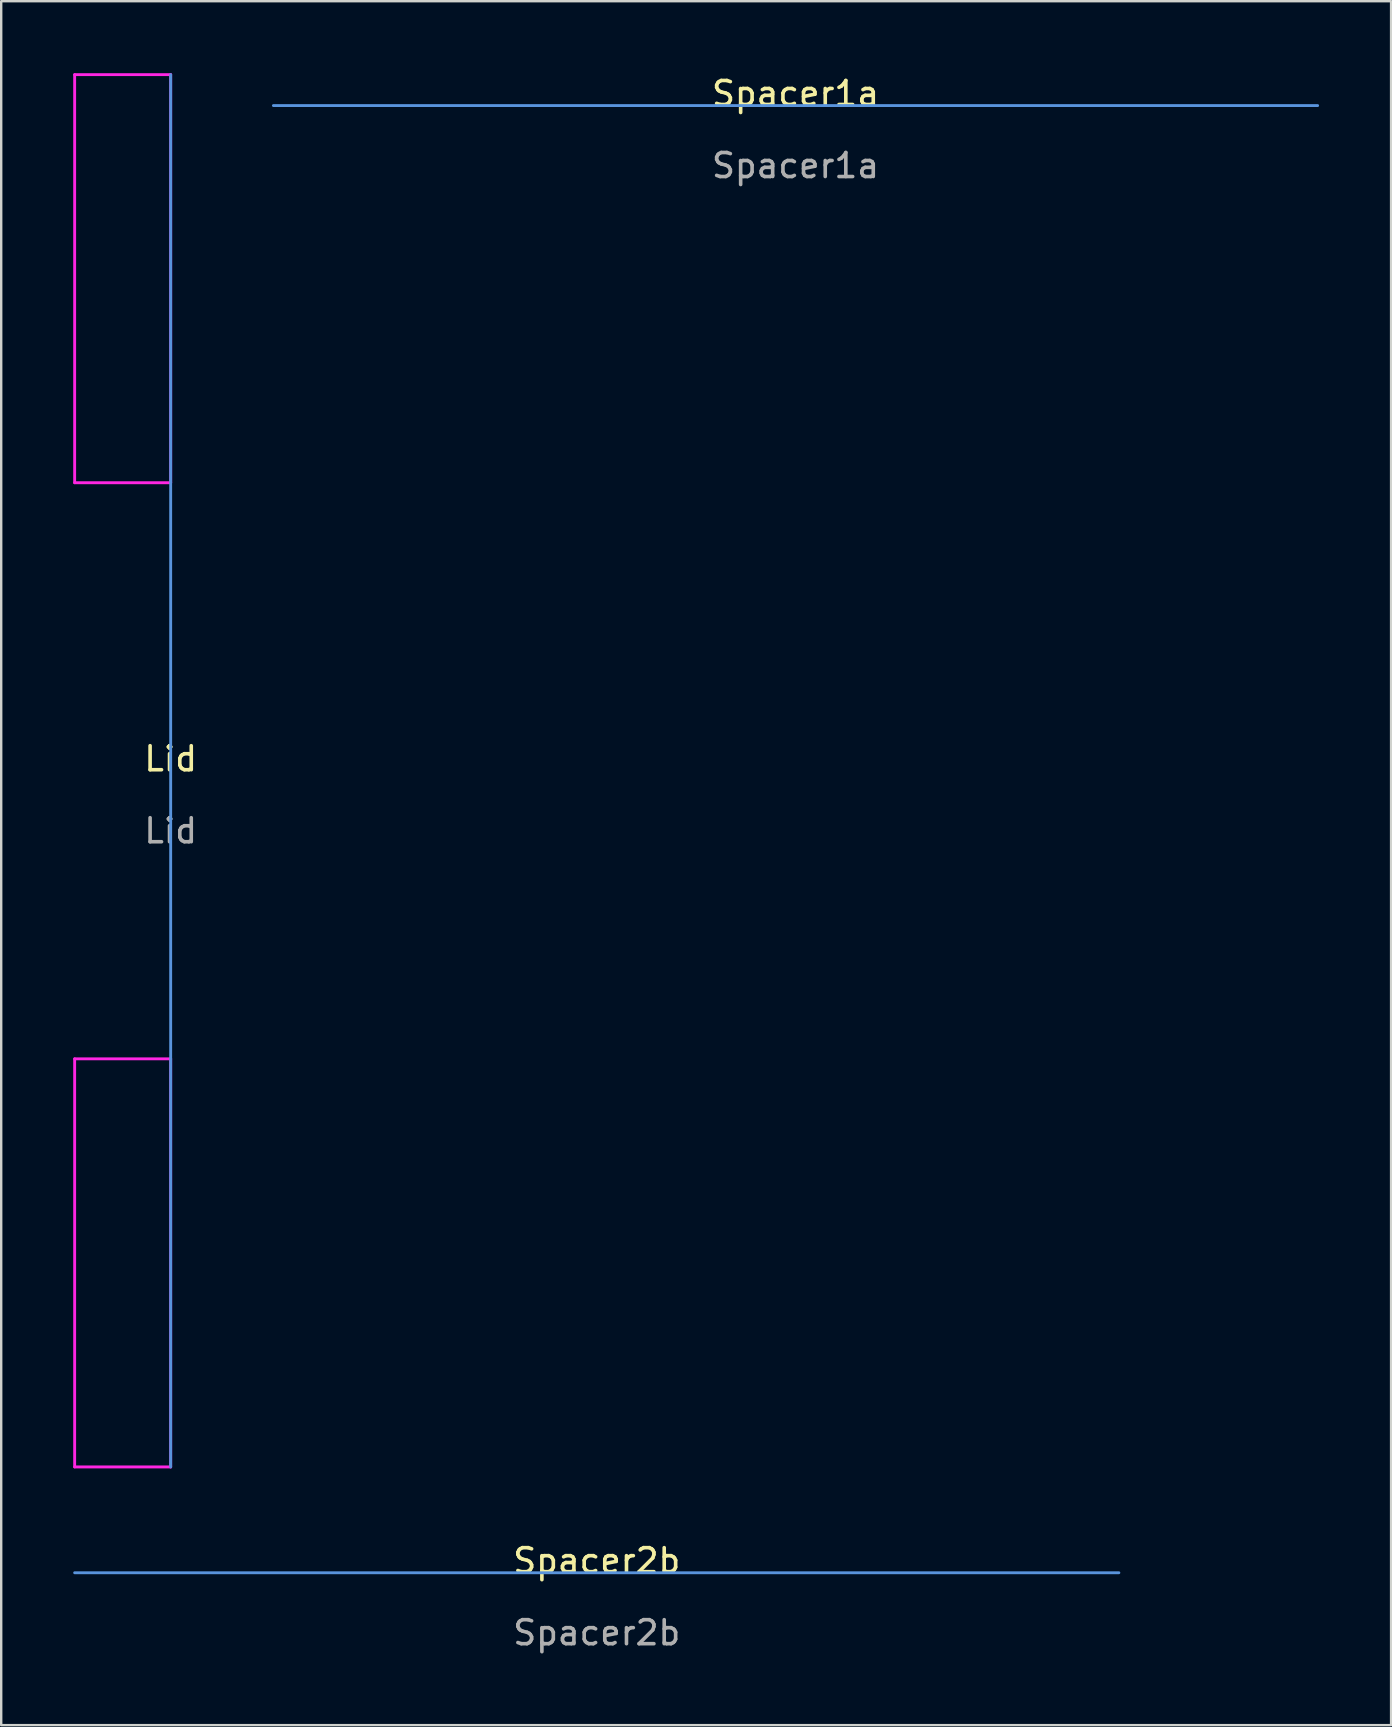
<source format=kicad_pcb>
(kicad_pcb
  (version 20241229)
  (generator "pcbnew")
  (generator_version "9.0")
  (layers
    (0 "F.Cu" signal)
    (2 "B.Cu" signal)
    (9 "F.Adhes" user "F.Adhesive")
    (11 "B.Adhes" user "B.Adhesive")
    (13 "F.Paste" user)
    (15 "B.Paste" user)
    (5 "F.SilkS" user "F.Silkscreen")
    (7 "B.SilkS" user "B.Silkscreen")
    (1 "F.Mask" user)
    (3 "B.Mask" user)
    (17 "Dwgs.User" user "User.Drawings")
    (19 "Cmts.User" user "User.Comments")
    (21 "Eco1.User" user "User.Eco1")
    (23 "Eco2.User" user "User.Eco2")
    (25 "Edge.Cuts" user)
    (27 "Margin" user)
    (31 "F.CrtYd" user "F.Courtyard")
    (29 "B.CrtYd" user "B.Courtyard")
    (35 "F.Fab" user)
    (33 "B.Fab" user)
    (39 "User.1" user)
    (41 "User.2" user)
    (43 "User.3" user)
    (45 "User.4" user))
  (footprint "Lid"
    (layer "F.Cu")
    (at 4.06 29.06)
    (property "Reference" "Lid" (at 0 -0.5 0) (unlocked yes) (layer "F.SilkS") (effects (font (size 1 1) (thickness 0.15))))
    (fp_line (start 0 -29) (end 0 29) (stroke (width 0.12) (type default)) (layer "Cmts.User"))
    (fp_line (start -4 -29) (end -4 -12) (stroke (width 0.12) (type default)) (layer "F.CrtYd"))
    (fp_line (start -4 -12) (end 0 -12) (stroke (width 0.12) (type default)) (layer "F.CrtYd"))
    (fp_line (start -4 12) (end -4 29) (stroke (width 0.12) (type default)) (layer "F.CrtYd"))
    (fp_line (start -4 29) (end 0 29) (stroke (width 0.12) (type default)) (layer "F.CrtYd"))
    (fp_line (start 0 -29) (end -4 -29) (stroke (width 0.12) (type default)) (layer "F.CrtYd"))
    (fp_line (start 0 -12) (end 0 -29) (stroke (width 0.12) (type default)) (layer "F.CrtYd"))
    (fp_line (start 0 12) (end -4 12) (stroke (width 0.12) (type default)) (layer "F.CrtYd"))
    (fp_line (start 0 29) (end 0 12) (stroke (width 0.12) (type default)) (layer "F.CrtYd"))
    (fp_text user "${REFERENCE}" (at 0 2.5 0) (unlocked yes) (layer "F.Fab") (effects (font (size 1 1) (thickness 0.15)))))
  (footprint "Spacer1a"
    (layer "F.Cu")
    (at 30.09 1.348)
    (property "Reference" "Spacer1a" (at 0 -0.5 0) (unlocked yes) (layer "F.SilkS") (effects (font (size 1 1) (thickness 0.15))))
    (fp_line (start -21.75 0) (end 21.75 0) (stroke (width 0.12) (type default)) (layer "Cmts.User"))
    (fp_text user "${REFERENCE}" (at 0 2.5 0) (unlocked yes) (layer "F.Fab") (effects (font (size 1 1) (thickness 0.15)))))
  (footprint "Spacer2b"
    (layer "F.Cu")
    (at 21.81 62.468)
    (property "Reference" "Spacer2b" (at 0 -0.5 0) (unlocked yes) (layer "F.SilkS") (effects (font (size 1 1) (thickness 0.15))))
    (fp_line (start -21.75 0) (end 21.75 0) (stroke (width 0.12) (type default)) (layer "Cmts.User"))
    (fp_text user "${REFERENCE}" (at 0 2.5 0) (unlocked yes) (layer "F.Fab") (effects (font (size 1 1) (thickness 0.15)))))
  (gr_rect
    (start -3 -3)
    (end 54.9 68.817)
    (stroke (width 0.1) (type default))
    (fill no)
    (layer "Edge.Cuts")))
</source>
